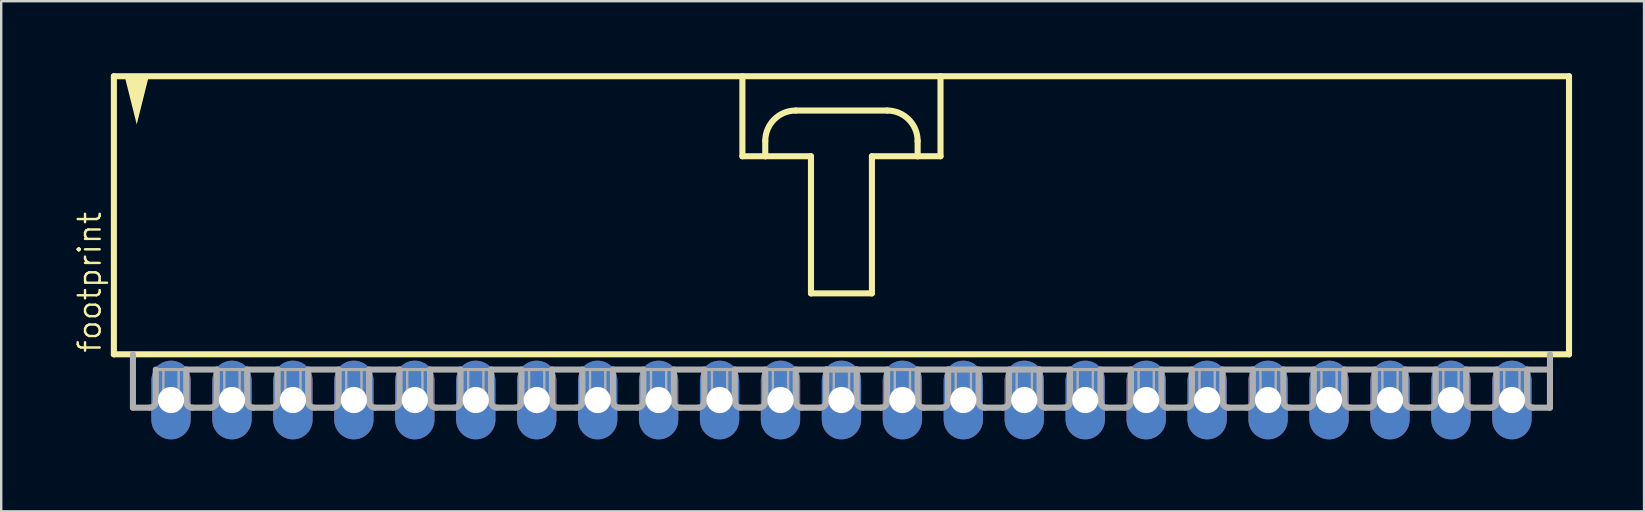
<source format=kicad_pcb>
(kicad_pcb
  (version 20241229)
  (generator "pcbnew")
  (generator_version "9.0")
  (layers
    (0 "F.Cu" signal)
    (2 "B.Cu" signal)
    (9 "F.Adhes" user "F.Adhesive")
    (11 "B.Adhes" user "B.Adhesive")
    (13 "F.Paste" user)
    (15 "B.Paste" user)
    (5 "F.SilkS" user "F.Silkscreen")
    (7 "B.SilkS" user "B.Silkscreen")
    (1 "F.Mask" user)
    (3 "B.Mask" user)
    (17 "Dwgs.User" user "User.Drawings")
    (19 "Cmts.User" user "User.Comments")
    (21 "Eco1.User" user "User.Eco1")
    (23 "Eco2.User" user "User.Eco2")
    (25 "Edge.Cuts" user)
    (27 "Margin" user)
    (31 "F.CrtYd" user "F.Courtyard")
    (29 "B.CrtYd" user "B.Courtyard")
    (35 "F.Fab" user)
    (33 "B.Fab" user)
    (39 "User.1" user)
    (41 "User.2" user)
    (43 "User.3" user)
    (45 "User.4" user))
  (footprint "footprint"
    (layer "F.Cu")
    (at 32.017 6.001)
    (property "Reference" "footprint" (at -30.797 5.715 90) (layer "F.SilkS") (effects (font (size 0.914 0.914) (thickness 0.102)) (justify left bottom)))
    (fp_line (start -30.321 -5.874) (end -30.321 5.715) (stroke (width 0.254) (type solid)) (layer "F.SilkS"))
    (fp_line (start -30.321 5.715) (end 30.321 5.715) (stroke (width 0.254) (type solid)) (layer "F.SilkS"))
    (fp_line (start -4.128 -5.874) (end -4.128 -2.54) (stroke (width 0.254) (type solid)) (layer "F.SilkS"))
    (fp_line (start -4.128 -2.54) (end -3.175 -2.54) (stroke (width 0.254) (type solid)) (layer "F.SilkS"))
    (fp_line (start -3.175 -2.54) (end -3.175 -3.175) (stroke (width 0.254) (type solid)) (layer "F.SilkS"))
    (fp_line (start -3.175 -2.54) (end -1.27 -2.54) (stroke (width 0.254) (type solid)) (layer "F.SilkS"))
    (fp_line (start -1.905 -4.445) (end 1.905 -4.445) (stroke (width 0.254) (type solid)) (layer "F.SilkS"))
    (fp_line (start -1.27 -2.54) (end -1.27 3.175) (stroke (width 0.254) (type solid)) (layer "F.SilkS"))
    (fp_line (start -1.27 3.175) (end 1.27 3.175) (stroke (width 0.254) (type solid)) (layer "F.SilkS"))
    (fp_line (start 1.27 -2.54) (end 3.175 -2.54) (stroke (width 0.254) (type solid)) (layer "F.SilkS"))
    (fp_line (start 1.27 3.175) (end 1.27 -2.54) (stroke (width 0.254) (type solid)) (layer "F.SilkS"))
    (fp_line (start 3.175 -3.175) (end 3.175 -2.54) (stroke (width 0.254) (type solid)) (layer "F.SilkS"))
    (fp_line (start 3.175 -2.54) (end 4.128 -2.54) (stroke (width 0.254) (type solid)) (layer "F.SilkS"))
    (fp_line (start 4.128 -5.874) (end -30.321 -5.874) (stroke (width 0.254) (type solid)) (layer "F.SilkS"))
    (fp_line (start 4.128 -2.54) (end 4.128 -5.874) (stroke (width 0.254) (type solid)) (layer "F.SilkS"))
    (fp_line (start 30.321 -5.874) (end 4.128 -5.874) (stroke (width 0.254) (type solid)) (layer "F.SilkS"))
    (fp_line (start 30.321 5.715) (end 30.321 -5.874) (stroke (width 0.254) (type solid)) (layer "F.SilkS"))
    (fp_arc (start -3.175 -3.175) (mid -2.803026 -4.073026) (end -1.905 -4.445) (stroke (width 0.254) (type solid)) (layer "F.SilkS"))
    (fp_arc (start 1.905 -4.445) (mid 2.803026 -4.073026) (end 3.175 -3.175) (stroke (width 0.254) (type solid)) (layer "F.SilkS"))
    (fp_poly (pts (xy -29.369 -3.864) (xy -29.878 -5.899) (xy -28.86 -5.899)) (stroke (width 0) (type solid)) (fill yes) (layer "F.SilkS"))
    (fp_line (start -29.527 5.715) (end -29.527 7.938) (stroke (width 0.254) (type solid)) (layer "F.Fab"))
    (fp_line (start -28.829 7.938) (end -29.527 7.938) (stroke (width 0.254) (type solid)) (layer "F.Fab"))
    (fp_line (start -28.575 6.35) (end -28.575 7.684) (stroke (width 0.254) (type solid)) (layer "F.Fab"))
    (fp_line (start -28.575 6.35) (end -27.305 6.35) (stroke (width 0.127) (type solid)) (layer "F.Fab"))
    (fp_line (start -27.305 6.35) (end -27.305 7.684) (stroke (width 0.254) (type solid)) (layer "F.Fab"))
    (fp_line (start -27.305 6.35) (end -26.035 6.35) (stroke (width 0.254) (type solid)) (layer "F.Fab"))
    (fp_line (start -26.289 7.938) (end -27.051 7.938) (stroke (width 0.254) (type solid)) (layer "F.Fab"))
    (fp_line (start -26.035 6.35) (end -26.035 7.684) (stroke (width 0.254) (type solid)) (layer "F.Fab"))
    (fp_line (start -26.035 6.35) (end -24.765 6.35) (stroke (width 0.127) (type solid)) (layer "F.Fab"))
    (fp_line (start -24.765 6.35) (end -24.765 7.684) (stroke (width 0.254) (type solid)) (layer "F.Fab"))
    (fp_line (start -24.765 6.35) (end -23.495 6.35) (stroke (width 0.254) (type solid)) (layer "F.Fab"))
    (fp_line (start -23.749 7.938) (end -24.511 7.938) (stroke (width 0.254) (type solid)) (layer "F.Fab"))
    (fp_line (start -23.495 6.35) (end -23.495 7.684) (stroke (width 0.254) (type solid)) (layer "F.Fab"))
    (fp_line (start -23.495 6.35) (end -22.225 6.35) (stroke (width 0.127) (type solid)) (layer "F.Fab"))
    (fp_line (start -22.225 6.35) (end -22.225 7.684) (stroke (width 0.254) (type solid)) (layer "F.Fab"))
    (fp_line (start -22.225 6.35) (end -20.955 6.35) (stroke (width 0.254) (type solid)) (layer "F.Fab"))
    (fp_line (start -21.209 7.938) (end -21.971 7.938) (stroke (width 0.254) (type solid)) (layer "F.Fab"))
    (fp_line (start -20.955 6.35) (end -20.955 7.684) (stroke (width 0.254) (type solid)) (layer "F.Fab"))
    (fp_line (start -20.955 6.35) (end -19.685 6.35) (stroke (width 0.127) (type solid)) (layer "F.Fab"))
    (fp_line (start -19.685 6.35) (end -19.685 7.684) (stroke (width 0.254) (type solid)) (layer "F.Fab"))
    (fp_line (start -19.685 6.35) (end -18.415 6.35) (stroke (width 0.254) (type solid)) (layer "F.Fab"))
    (fp_line (start -18.669 7.938) (end -19.431 7.938) (stroke (width 0.254) (type solid)) (layer "F.Fab"))
    (fp_line (start -18.415 6.35) (end -18.415 7.684) (stroke (width 0.254) (type solid)) (layer "F.Fab"))
    (fp_line (start -18.415 6.35) (end -17.145 6.35) (stroke (width 0.127) (type solid)) (layer "F.Fab"))
    (fp_line (start -17.145 6.35) (end -17.145 7.684) (stroke (width 0.254) (type solid)) (layer "F.Fab"))
    (fp_line (start -17.145 6.35) (end -15.875 6.35) (stroke (width 0.254) (type solid)) (layer "F.Fab"))
    (fp_line (start -16.129 7.938) (end -16.891 7.938) (stroke (width 0.254) (type solid)) (layer "F.Fab"))
    (fp_line (start -15.875 6.35) (end -15.875 7.684) (stroke (width 0.254) (type solid)) (layer "F.Fab"))
    (fp_line (start -15.875 6.35) (end -14.605 6.35) (stroke (width 0.127) (type solid)) (layer "F.Fab"))
    (fp_line (start -14.605 6.35) (end -14.605 7.684) (stroke (width 0.254) (type solid)) (layer "F.Fab"))
    (fp_line (start -14.605 6.35) (end -13.335 6.35) (stroke (width 0.254) (type solid)) (layer "F.Fab"))
    (fp_line (start -13.589 7.938) (end -14.351 7.938) (stroke (width 0.254) (type solid)) (layer "F.Fab"))
    (fp_line (start -13.335 6.35) (end -13.335 7.684) (stroke (width 0.254) (type solid)) (layer "F.Fab"))
    (fp_line (start -13.335 6.35) (end -12.065 6.35) (stroke (width 0.127) (type solid)) (layer "F.Fab"))
    (fp_line (start -12.065 6.35) (end -12.065 7.684) (stroke (width 0.254) (type solid)) (layer "F.Fab"))
    (fp_line (start -12.065 6.35) (end -10.795 6.35) (stroke (width 0.254) (type solid)) (layer "F.Fab"))
    (fp_line (start -11.049 7.938) (end -11.811 7.938) (stroke (width 0.254) (type solid)) (layer "F.Fab"))
    (fp_line (start -10.795 6.35) (end -10.795 7.684) (stroke (width 0.254) (type solid)) (layer "F.Fab"))
    (fp_line (start -10.795 6.35) (end -9.525 6.35) (stroke (width 0.127) (type solid)) (layer "F.Fab"))
    (fp_line (start -9.525 6.35) (end -9.525 7.684) (stroke (width 0.254) (type solid)) (layer "F.Fab"))
    (fp_line (start -9.525 6.35) (end -8.255 6.35) (stroke (width 0.254) (type solid)) (layer "F.Fab"))
    (fp_line (start -8.509 7.938) (end -9.271 7.938) (stroke (width 0.254) (type solid)) (layer "F.Fab"))
    (fp_line (start -8.255 6.35) (end -8.255 7.684) (stroke (width 0.254) (type solid)) (layer "F.Fab"))
    (fp_line (start -8.255 6.35) (end -6.985 6.35) (stroke (width 0.127) (type solid)) (layer "F.Fab"))
    (fp_line (start -6.985 6.35) (end -6.985 7.684) (stroke (width 0.254) (type solid)) (layer "F.Fab"))
    (fp_line (start -6.985 6.35) (end -5.715 6.35) (stroke (width 0.254) (type solid)) (layer "F.Fab"))
    (fp_line (start -5.969 7.938) (end -6.731 7.938) (stroke (width 0.254) (type solid)) (layer "F.Fab"))
    (fp_line (start -5.715 6.35) (end -5.715 7.684) (stroke (width 0.254) (type solid)) (layer "F.Fab"))
    (fp_line (start -5.715 6.35) (end -4.445 6.35) (stroke (width 0.127) (type solid)) (layer "F.Fab"))
    (fp_line (start -4.445 6.35) (end -4.445 7.684) (stroke (width 0.254) (type solid)) (layer "F.Fab"))
    (fp_line (start -4.445 6.35) (end -3.175 6.35) (stroke (width 0.254) (type solid)) (layer "F.Fab"))
    (fp_line (start -3.429 7.938) (end -4.191 7.938) (stroke (width 0.254) (type solid)) (layer "F.Fab"))
    (fp_line (start -3.175 6.35) (end -3.175 7.684) (stroke (width 0.254) (type solid)) (layer "F.Fab"))
    (fp_line (start -3.175 6.35) (end -1.905 6.35) (stroke (width 0.127) (type solid)) (layer "F.Fab"))
    (fp_line (start -1.905 6.35) (end -1.905 7.684) (stroke (width 0.254) (type solid)) (layer "F.Fab"))
    (fp_line (start -1.905 6.35) (end -0.635 6.35) (stroke (width 0.254) (type solid)) (layer "F.Fab"))
    (fp_line (start -0.889 7.938) (end -1.651 7.938) (stroke (width 0.254) (type solid)) (layer "F.Fab"))
    (fp_line (start -0.635 6.35) (end -0.635 7.684) (stroke (width 0.254) (type solid)) (layer "F.Fab"))
    (fp_line (start -0.635 6.35) (end 0.635 6.35) (stroke (width 0.254) (type solid)) (layer "F.Fab"))
    (fp_line (start 0.635 6.35) (end 0.635 7.684) (stroke (width 0.254) (type solid)) (layer "F.Fab"))
    (fp_line (start 0.635 6.35) (end 1.905 6.35) (stroke (width 0.254) (type solid)) (layer "F.Fab"))
    (fp_line (start 1.651 7.938) (end 0.889 7.938) (stroke (width 0.254) (type solid)) (layer "F.Fab"))
    (fp_line (start 1.905 6.35) (end 1.905 7.684) (stroke (width 0.254) (type solid)) (layer "F.Fab"))
    (fp_line (start 1.905 6.35) (end 3.175 6.35) (stroke (width 0.127) (type solid)) (layer "F.Fab"))
    (fp_line (start 3.175 6.35) (end 3.175 7.684) (stroke (width 0.254) (type solid)) (layer "F.Fab"))
    (fp_line (start 3.175 6.35) (end 4.445 6.35) (stroke (width 0.254) (type solid)) (layer "F.Fab"))
    (fp_line (start 4.191 7.938) (end 3.429 7.938) (stroke (width 0.254) (type solid)) (layer "F.Fab"))
    (fp_line (start 4.445 6.35) (end 4.445 7.684) (stroke (width 0.254) (type solid)) (layer "F.Fab"))
    (fp_line (start 4.445 6.35) (end 8.255 6.35) (stroke (width 0.254) (type solid)) (layer "F.Fab"))
    (fp_line (start 5.715 6.35) (end 5.715 7.684) (stroke (width 0.254) (type solid)) (layer "F.Fab"))
    (fp_line (start 6.731 7.938) (end 5.969 7.938) (stroke (width 0.254) (type solid)) (layer "F.Fab"))
    (fp_line (start 6.985 6.35) (end 6.985 7.684) (stroke (width 0.254) (type solid)) (layer "F.Fab"))
    (fp_line (start 8.255 6.35) (end 8.255 7.684) (stroke (width 0.254) (type solid)) (layer "F.Fab"))
    (fp_line (start 8.255 6.35) (end 9.525 6.35) (stroke (width 0.254) (type solid)) (layer "F.Fab"))
    (fp_line (start 8.509 7.938) (end 9.271 7.938) (stroke (width 0.254) (type solid)) (layer "F.Fab"))
    (fp_line (start 9.525 6.35) (end 10.795 6.35) (stroke (width 0.127) (type solid)) (layer "F.Fab"))
    (fp_line (start 9.525 7.684) (end 9.525 6.35) (stroke (width 0.254) (type solid)) (layer "F.Fab"))
    (fp_line (start 10.795 6.35) (end 10.795 7.684) (stroke (width 0.254) (type solid)) (layer "F.Fab"))
    (fp_line (start 10.795 6.35) (end 12.065 6.35) (stroke (width 0.254) (type solid)) (layer "F.Fab"))
    (fp_line (start 11.049 7.938) (end 11.811 7.938) (stroke (width 0.254) (type solid)) (layer "F.Fab"))
    (fp_line (start 12.065 6.35) (end 13.335 6.35) (stroke (width 0.127) (type solid)) (layer "F.Fab"))
    (fp_line (start 12.065 7.684) (end 12.065 6.35) (stroke (width 0.254) (type solid)) (layer "F.Fab"))
    (fp_line (start 13.335 6.35) (end 13.335 7.684) (stroke (width 0.254) (type solid)) (layer "F.Fab"))
    (fp_line (start 13.335 6.35) (end 14.605 6.35) (stroke (width 0.254) (type solid)) (layer "F.Fab"))
    (fp_line (start 13.589 7.938) (end 14.351 7.938) (stroke (width 0.254) (type solid)) (layer "F.Fab"))
    (fp_line (start 14.605 6.35) (end 15.875 6.35) (stroke (width 0.127) (type solid)) (layer "F.Fab"))
    (fp_line (start 14.605 7.684) (end 14.605 6.35) (stroke (width 0.254) (type solid)) (layer "F.Fab"))
    (fp_line (start 15.875 6.35) (end 15.875 7.684) (stroke (width 0.254) (type solid)) (layer "F.Fab"))
    (fp_line (start 15.875 6.35) (end 17.145 6.35) (stroke (width 0.254) (type solid)) (layer "F.Fab"))
    (fp_line (start 16.129 7.938) (end 16.891 7.938) (stroke (width 0.254) (type solid)) (layer "F.Fab"))
    (fp_line (start 17.145 6.35) (end 18.415 6.35) (stroke (width 0.127) (type solid)) (layer "F.Fab"))
    (fp_line (start 17.145 7.684) (end 17.145 6.35) (stroke (width 0.254) (type solid)) (layer "F.Fab"))
    (fp_line (start 18.415 6.35) (end 18.415 7.684) (stroke (width 0.254) (type solid)) (layer "F.Fab"))
    (fp_line (start 18.415 6.35) (end 19.685 6.35) (stroke (width 0.254) (type solid)) (layer "F.Fab"))
    (fp_line (start 18.669 7.938) (end 19.431 7.938) (stroke (width 0.254) (type solid)) (layer "F.Fab"))
    (fp_line (start 19.685 6.35) (end 20.955 6.35) (stroke (width 0.127) (type solid)) (layer "F.Fab"))
    (fp_line (start 19.685 7.684) (end 19.685 6.35) (stroke (width 0.254) (type solid)) (layer "F.Fab"))
    (fp_line (start 20.955 6.35) (end 20.955 7.684) (stroke (width 0.254) (type solid)) (layer "F.Fab"))
    (fp_line (start 20.955 6.35) (end 22.225 6.35) (stroke (width 0.254) (type solid)) (layer "F.Fab"))
    (fp_line (start 21.209 7.938) (end 21.971 7.938) (stroke (width 0.254) (type solid)) (layer "F.Fab"))
    (fp_line (start 22.225 6.35) (end 23.495 6.35) (stroke (width 0.127) (type solid)) (layer "F.Fab"))
    (fp_line (start 22.225 7.684) (end 22.225 6.35) (stroke (width 0.254) (type solid)) (layer "F.Fab"))
    (fp_line (start 23.495 6.35) (end 23.495 7.684) (stroke (width 0.254) (type solid)) (layer "F.Fab"))
    (fp_line (start 23.495 6.35) (end 24.765 6.35) (stroke (width 0.254) (type solid)) (layer "F.Fab"))
    (fp_line (start 23.749 7.938) (end 24.511 7.938) (stroke (width 0.254) (type solid)) (layer "F.Fab"))
    (fp_line (start 24.765 6.35) (end 26.035 6.35) (stroke (width 0.127) (type solid)) (layer "F.Fab"))
    (fp_line (start 24.765 7.684) (end 24.765 6.35) (stroke (width 0.254) (type solid)) (layer "F.Fab"))
    (fp_line (start 26.035 6.35) (end 26.035 7.684) (stroke (width 0.254) (type solid)) (layer "F.Fab"))
    (fp_line (start 26.035 6.35) (end 27.305 6.35) (stroke (width 0.254) (type solid)) (layer "F.Fab"))
    (fp_line (start 26.289 7.938) (end 27.051 7.938) (stroke (width 0.254) (type solid)) (layer "F.Fab"))
    (fp_line (start 27.305 6.35) (end 28.575 6.35) (stroke (width 0.127) (type solid)) (layer "F.Fab"))
    (fp_line (start 27.305 7.684) (end 27.305 6.35) (stroke (width 0.254) (type solid)) (layer "F.Fab"))
    (fp_line (start 28.575 6.35) (end 28.575 7.684) (stroke (width 0.254) (type solid)) (layer "F.Fab"))
    (fp_line (start 28.575 6.35) (end 29.527 6.35) (stroke (width 0.254) (type solid)) (layer "F.Fab"))
    (fp_line (start 28.829 7.938) (end 29.527 7.938) (stroke (width 0.254) (type solid)) (layer "F.Fab"))
    (fp_line (start 29.527 6.35) (end 29.527 5.715) (stroke (width 0.254) (type solid)) (layer "F.Fab"))
    (fp_line (start 29.527 7.938) (end 29.527 6.35) (stroke (width 0.254) (type solid)) (layer "F.Fab"))
    (fp_arc (start -28.575 7.6835) (mid -28.649395 7.863105) (end -28.829 7.9375) (stroke (width 0.254) (type solid)) (layer "F.Fab"))
    (fp_arc (start -27.051 7.9375) (mid -27.230605 7.863105) (end -27.305 7.6835) (stroke (width 0.254) (type solid)) (layer "F.Fab"))
    (fp_arc (start -26.035 7.6835) (mid -26.109395 7.863105) (end -26.289 7.9375) (stroke (width 0.254) (type solid)) (layer "F.Fab"))
    (fp_arc (start -24.511 7.9375) (mid -24.690605 7.863105) (end -24.765 7.6835) (stroke (width 0.254) (type solid)) (layer "F.Fab"))
    (fp_arc (start -23.495 7.6835) (mid -23.569395 7.863105) (end -23.749 7.9375) (stroke (width 0.254) (type solid)) (layer "F.Fab"))
    (fp_arc (start -21.971 7.9375) (mid -22.150605 7.863105) (end -22.225 7.6835) (stroke (width 0.254) (type solid)) (layer "F.Fab"))
    (fp_arc (start -20.955 7.6835) (mid -21.029395 7.863105) (end -21.209 7.9375) (stroke (width 0.254) (type solid)) (layer "F.Fab"))
    (fp_arc (start -19.431 7.9375) (mid -19.610605 7.863105) (end -19.685 7.6835) (stroke (width 0.254) (type solid)) (layer "F.Fab"))
    (fp_arc (start -18.415 7.6835) (mid -18.489395 7.863105) (end -18.669 7.9375) (stroke (width 0.254) (type solid)) (layer "F.Fab"))
    (fp_arc (start -16.891 7.9375) (mid -17.070605 7.863105) (end -17.145 7.6835) (stroke (width 0.254) (type solid)) (layer "F.Fab"))
    (fp_arc (start -15.875 7.6835) (mid -15.949395 7.863105) (end -16.129 7.9375) (stroke (width 0.254) (type solid)) (layer "F.Fab"))
    (fp_arc (start -14.351 7.9375) (mid -14.530605 7.863105) (end -14.605 7.6835) (stroke (width 0.254) (type solid)) (layer "F.Fab"))
    (fp_arc (start -13.335 7.6835) (mid -13.409395 7.863105) (end -13.589 7.9375) (stroke (width 0.254) (type solid)) (layer "F.Fab"))
    (fp_arc (start -11.811 7.9375) (mid -11.990605 7.863105) (end -12.065 7.6835) (stroke (width 0.254) (type solid)) (layer "F.Fab"))
    (fp_arc (start -10.795 7.6835) (mid -10.869395 7.863105) (end -11.049 7.9375) (stroke (width 0.254) (type solid)) (layer "F.Fab"))
    (fp_arc (start -9.271 7.9375) (mid -9.450605 7.863105) (end -9.525 7.6835) (stroke (width 0.254) (type solid)) (layer "F.Fab"))
    (fp_arc (start -8.255 7.6835) (mid -8.329395 7.863105) (end -8.509 7.9375) (stroke (width 0.254) (type solid)) (layer "F.Fab"))
    (fp_arc (start -6.731 7.9375) (mid -6.910605 7.863105) (end -6.985 7.6835) (stroke (width 0.254) (type solid)) (layer "F.Fab"))
    (fp_arc (start -5.715 7.6835) (mid -5.789395 7.863105) (end -5.969 7.9375) (stroke (width 0.254) (type solid)) (layer "F.Fab"))
    (fp_arc (start -4.191 7.9375) (mid -4.370605 7.863105) (end -4.445 7.6835) (stroke (width 0.254) (type solid)) (layer "F.Fab"))
    (fp_arc (start -3.175 7.6835) (mid -3.249395 7.863105) (end -3.429 7.9375) (stroke (width 0.254) (type solid)) (layer "F.Fab"))
    (fp_arc (start -1.651 7.9375) (mid -1.830605 7.863105) (end -1.905 7.6835) (stroke (width 0.254) (type solid)) (layer "F.Fab"))
    (fp_arc (start -0.635 7.6835) (mid -0.709395 7.863105) (end -0.889 7.9375) (stroke (width 0.254) (type solid)) (layer "F.Fab"))
    (fp_arc (start 0.889 7.9375) (mid 0.709395 7.863105) (end 0.635 7.6835) (stroke (width 0.254) (type solid)) (layer "F.Fab"))
    (fp_arc (start 1.905 7.6835) (mid 1.830605 7.863105) (end 1.651 7.9375) (stroke (width 0.254) (type solid)) (layer "F.Fab"))
    (fp_arc (start 3.429 7.9375) (mid 3.249395 7.863105) (end 3.175 7.6835) (stroke (width 0.254) (type solid)) (layer "F.Fab"))
    (fp_arc (start 4.445 7.6835) (mid 4.370605 7.863105) (end 4.191 7.9375) (stroke (width 0.254) (type solid)) (layer "F.Fab"))
    (fp_arc (start 5.969 7.9375) (mid 5.789395 7.863105) (end 5.715 7.6835) (stroke (width 0.254) (type solid)) (layer "F.Fab"))
    (fp_arc (start 6.985 7.6835) (mid 6.910605 7.863105) (end 6.731 7.9375) (stroke (width 0.254) (type solid)) (layer "F.Fab"))
    (fp_arc (start 8.509 7.9375) (mid 8.329395 7.863105) (end 8.255 7.6835) (stroke (width 0.254) (type solid)) (layer "F.Fab"))
    (fp_arc (start 9.525 7.6835) (mid 9.450605 7.863105) (end 9.271 7.9375) (stroke (width 0.254) (type solid)) (layer "F.Fab"))
    (fp_arc (start 11.049 7.9375) (mid 10.869395 7.863105) (end 10.795 7.6835) (stroke (width 0.254) (type solid)) (layer "F.Fab"))
    (fp_arc (start 12.065 7.6835) (mid 11.990605 7.863105) (end 11.811 7.9375) (stroke (width 0.254) (type solid)) (layer "F.Fab"))
    (fp_arc (start 13.589 7.9375) (mid 13.409395 7.863105) (end 13.335 7.6835) (stroke (width 0.254) (type solid)) (layer "F.Fab"))
    (fp_arc (start 14.605 7.6835) (mid 14.530605 7.863105) (end 14.351 7.9375) (stroke (width 0.254) (type solid)) (layer "F.Fab"))
    (fp_arc (start 16.129 7.9375) (mid 15.949395 7.863105) (end 15.875 7.6835) (stroke (width 0.254) (type solid)) (layer "F.Fab"))
    (fp_arc (start 17.145 7.6835) (mid 17.070605 7.863105) (end 16.891 7.9375) (stroke (width 0.254) (type solid)) (layer "F.Fab"))
    (fp_arc (start 18.669 7.9375) (mid 18.489395 7.863105) (end 18.415 7.6835) (stroke (width 0.254) (type solid)) (layer "F.Fab"))
    (fp_arc (start 19.685 7.6835) (mid 19.610605 7.863105) (end 19.431 7.9375) (stroke (width 0.254) (type solid)) (layer "F.Fab"))
    (fp_arc (start 21.209 7.9375) (mid 21.029395 7.863105) (end 20.955 7.6835) (stroke (width 0.254) (type solid)) (layer "F.Fab"))
    (fp_arc (start 22.225 7.6835) (mid 22.150605 7.863105) (end 21.971 7.9375) (stroke (width 0.254) (type solid)) (layer "F.Fab"))
    (fp_arc (start 23.749 7.9375) (mid 23.569395 7.863105) (end 23.495 7.6835) (stroke (width 0.254) (type solid)) (layer "F.Fab"))
    (fp_arc (start 24.765 7.6835) (mid 24.690605 7.863105) (end 24.511 7.9375) (stroke (width 0.254) (type solid)) (layer "F.Fab"))
    (fp_arc (start 26.289 7.9375) (mid 26.109395 7.863105) (end 26.035 7.6835) (stroke (width 0.254) (type solid)) (layer "F.Fab"))
    (fp_arc (start 27.305 7.6835) (mid 27.230605 7.863105) (end 27.051 7.9375) (stroke (width 0.254) (type solid)) (layer "F.Fab"))
    (fp_arc (start 28.829 7.9375) (mid 28.649395 7.863105) (end 28.575 7.6835) (stroke (width 0.254) (type solid)) (layer "F.Fab"))
    (fp_poly (pts (xy -28.258 7.62) (xy -27.622 7.62) (xy -27.622 6.35) (xy -28.258 6.35)) (stroke (width 0.1) (type solid)) (fill no) (layer "F.Fab"))
    (fp_poly (pts (xy -25.718 7.62) (xy -25.082 7.62) (xy -25.082 6.35) (xy -25.718 6.35)) (stroke (width 0.1) (type solid)) (fill no) (layer "F.Fab"))
    (fp_poly (pts (xy -23.177 7.62) (xy -22.543 7.62) (xy -22.543 6.35) (xy -23.177 6.35)) (stroke (width 0.1) (type solid)) (fill no) (layer "F.Fab"))
    (fp_poly (pts (xy -20.637 7.62) (xy -20.003 7.62) (xy -20.003 6.35) (xy -20.637 6.35)) (stroke (width 0.1) (type solid)) (fill no) (layer "F.Fab"))
    (fp_poly (pts (xy -18.098 7.62) (xy -17.462 7.62) (xy -17.462 6.35) (xy -18.098 6.35)) (stroke (width 0.1) (type solid)) (fill no) (layer "F.Fab"))
    (fp_poly (pts (xy -15.557 7.62) (xy -14.922 7.62) (xy -14.922 6.35) (xy -15.557 6.35)) (stroke (width 0.1) (type solid)) (fill no) (layer "F.Fab"))
    (fp_poly (pts (xy -13.018 7.62) (xy -12.383 7.62) (xy -12.383 6.35) (xy -13.018 6.35)) (stroke (width 0.1) (type solid)) (fill no) (layer "F.Fab"))
    (fp_poly (pts (xy -10.477 7.62) (xy -9.842 7.62) (xy -9.842 6.35) (xy -10.477 6.35)) (stroke (width 0.1) (type solid)) (fill no) (layer "F.Fab"))
    (fp_poly (pts (xy -7.938 7.62) (xy -7.303 7.62) (xy -7.303 6.35) (xy -7.938 6.35)) (stroke (width 0.1) (type solid)) (fill no) (layer "F.Fab"))
    (fp_poly (pts (xy -5.397 7.62) (xy -4.763 7.62) (xy -4.763 6.35) (xy -5.397 6.35)) (stroke (width 0.1) (type solid)) (fill no) (layer "F.Fab"))
    (fp_poly (pts (xy -2.857 7.62) (xy -2.223 7.62) (xy -2.223 6.35) (xy -2.857 6.35)) (stroke (width 0.1) (type solid)) (fill no) (layer "F.Fab"))
    (fp_poly (pts (xy -0.318 7.62) (xy 0.318 7.62) (xy 0.318 6.35) (xy -0.318 6.35)) (stroke (width 0.1) (type solid)) (fill no) (layer "F.Fab"))
    (fp_poly (pts (xy 2.223 7.62) (xy 2.857 7.62) (xy 2.857 6.35) (xy 2.223 6.35)) (stroke (width 0.1) (type solid)) (fill no) (layer "F.Fab"))
    (fp_poly (pts (xy 4.763 7.62) (xy 5.397 7.62) (xy 5.397 6.35) (xy 4.763 6.35)) (stroke (width 0.1) (type solid)) (fill no) (layer "F.Fab"))
    (fp_poly (pts (xy 7.303 7.62) (xy 7.938 7.62) (xy 7.938 6.35) (xy 7.303 6.35)) (stroke (width 0.1) (type solid)) (fill no) (layer "F.Fab"))
    (fp_poly (pts (xy 9.842 7.62) (xy 10.477 7.62) (xy 10.477 6.35) (xy 9.842 6.35)) (stroke (width 0.1) (type solid)) (fill no) (layer "F.Fab"))
    (fp_poly (pts (xy 12.383 7.62) (xy 13.018 7.62) (xy 13.018 6.35) (xy 12.383 6.35)) (stroke (width 0.1) (type solid)) (fill no) (layer "F.Fab"))
    (fp_poly (pts (xy 14.922 7.62) (xy 15.557 7.62) (xy 15.557 6.35) (xy 14.922 6.35)) (stroke (width 0.1) (type solid)) (fill no) (layer "F.Fab"))
    (fp_poly (pts (xy 17.462 7.62) (xy 18.098 7.62) (xy 18.098 6.35) (xy 17.462 6.35)) (stroke (width 0.1) (type solid)) (fill no) (layer "F.Fab"))
    (fp_poly (pts (xy 20.003 7.62) (xy 20.637 7.62) (xy 20.637 6.35) (xy 20.003 6.35)) (stroke (width 0.1) (type solid)) (fill no) (layer "F.Fab"))
    (fp_poly (pts (xy 22.543 7.62) (xy 23.177 7.62) (xy 23.177 6.35) (xy 22.543 6.35)) (stroke (width 0.1) (type solid)) (fill no) (layer "F.Fab"))
    (fp_poly (pts (xy 25.082 7.62) (xy 25.718 7.62) (xy 25.718 6.35) (xy 25.082 6.35)) (stroke (width 0.1) (type solid)) (fill no) (layer "F.Fab"))
    (fp_poly (pts (xy 27.622 7.62) (xy 28.258 7.62) (xy 28.258 6.35) (xy 27.622 6.35)) (stroke (width 0.1) (type solid)) (fill no) (layer "F.Fab"))
    (pad "1" thru_hole oval (at -27.94 7.62 90) (size 3.277 1.638) (drill 1.092) (layers "*.Cu" "*.Mask"))
    (pad "2" thru_hole oval (at -25.4 7.62 90) (size 3.277 1.638) (drill 1.092) (layers "*.Cu" "*.Mask"))
    (pad "3" thru_hole oval (at -22.86 7.62 270) (size 3.277 1.638) (drill 1.092) (layers "*.Cu" "*.Mask"))
    (pad "4" thru_hole oval (at -20.32 7.62 270) (size 3.277 1.638) (drill 1.092) (layers "*.Cu" "*.Mask"))
    (pad "5" thru_hole oval (at -17.78 7.62 90) (size 3.277 1.638) (drill 1.092) (layers "*.Cu" "*.Mask"))
    (pad "6" thru_hole oval (at -15.24 7.62 90) (size 3.277 1.638) (drill 1.092) (layers "*.Cu" "*.Mask"))
    (pad "7" thru_hole oval (at -12.7 7.62 90) (size 3.277 1.638) (drill 1.092) (layers "*.Cu" "*.Mask"))
    (pad "8" thru_hole oval (at -10.16 7.62 90) (size 3.277 1.638) (drill 1.092) (layers "*.Cu" "*.Mask"))
    (pad "9" thru_hole oval (at -7.62 7.62 90) (size 3.277 1.638) (drill 1.092) (layers "*.Cu" "*.Mask"))
    (pad "10" thru_hole oval (at -5.08 7.62 90) (size 3.277 1.638) (drill 1.092) (layers "*.Cu" "*.Mask"))
    (pad "11" thru_hole oval (at -2.54 7.62 90) (size 3.277 1.638) (drill 1.092) (layers "*.Cu" "*.Mask"))
    (pad "12" thru_hole oval (at 0 7.62 90) (size 3.277 1.638) (drill 1.092) (layers "*.Cu" "*.Mask"))
    (pad "13" thru_hole oval (at 2.54 7.62 90) (size 3.277 1.638) (drill 1.092) (layers "*.Cu" "*.Mask"))
    (pad "14" thru_hole oval (at 5.08 7.62 90) (size 3.277 1.638) (drill 1.092) (layers "*.Cu" "*.Mask"))
    (pad "15" thru_hole oval (at 7.62 7.62 90) (size 3.277 1.638) (drill 1.092) (layers "*.Cu" "*.Mask"))
    (pad "16" thru_hole oval (at 10.16 7.62 90) (size 3.277 1.638) (drill 1.092) (layers "*.Cu" "*.Mask"))
    (pad "17" thru_hole oval (at 12.7 7.62 90) (size 3.277 1.638) (drill 1.092) (layers "*.Cu" "*.Mask"))
    (pad "18" thru_hole oval (at 15.24 7.62 90) (size 3.277 1.638) (drill 1.092) (layers "*.Cu" "*.Mask"))
    (pad "19" thru_hole oval (at 17.78 7.62 90) (size 3.277 1.638) (drill 1.092) (layers "*.Cu" "*.Mask"))
    (pad "20" thru_hole oval (at 20.32 7.62 90) (size 3.277 1.638) (drill 1.092) (layers "*.Cu" "*.Mask"))
    (pad "21" thru_hole oval (at 22.86 7.62 90) (size 3.277 1.638) (drill 1.092) (layers "*.Cu" "*.Mask"))
    (pad "22" thru_hole oval (at 25.4 7.62 90) (size 3.277 1.638) (drill 1.092) (layers "*.Cu" "*.Mask"))
    (pad "23" thru_hole oval (at 27.94 7.62 90) (size 3.277 1.638) (drill 1.092) (layers "*.Cu" "*.Mask")))
  (gr_rect
    (start -3 -3)
    (end 65.465 18.259)
    (stroke (width 0.1) (type default))
    (fill no)
    (layer "Edge.Cuts")))
</source>
